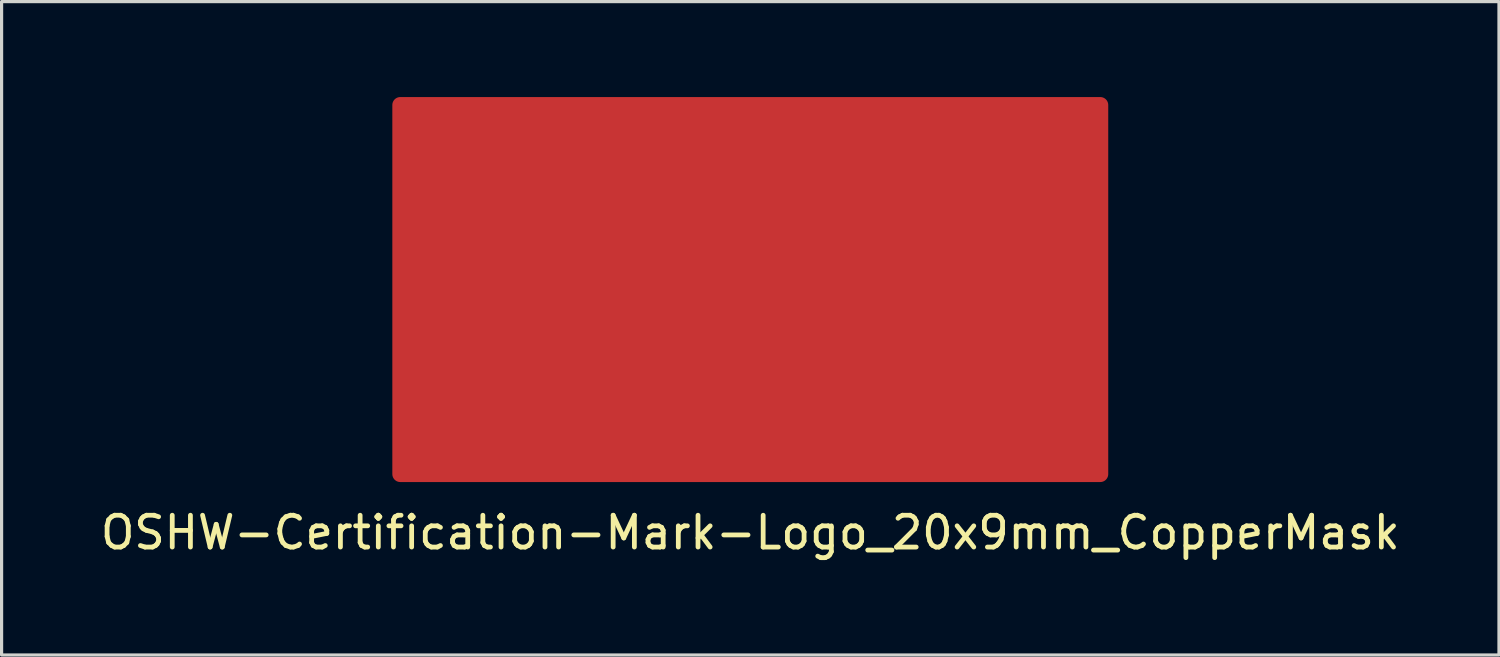
<source format=kicad_pcb>
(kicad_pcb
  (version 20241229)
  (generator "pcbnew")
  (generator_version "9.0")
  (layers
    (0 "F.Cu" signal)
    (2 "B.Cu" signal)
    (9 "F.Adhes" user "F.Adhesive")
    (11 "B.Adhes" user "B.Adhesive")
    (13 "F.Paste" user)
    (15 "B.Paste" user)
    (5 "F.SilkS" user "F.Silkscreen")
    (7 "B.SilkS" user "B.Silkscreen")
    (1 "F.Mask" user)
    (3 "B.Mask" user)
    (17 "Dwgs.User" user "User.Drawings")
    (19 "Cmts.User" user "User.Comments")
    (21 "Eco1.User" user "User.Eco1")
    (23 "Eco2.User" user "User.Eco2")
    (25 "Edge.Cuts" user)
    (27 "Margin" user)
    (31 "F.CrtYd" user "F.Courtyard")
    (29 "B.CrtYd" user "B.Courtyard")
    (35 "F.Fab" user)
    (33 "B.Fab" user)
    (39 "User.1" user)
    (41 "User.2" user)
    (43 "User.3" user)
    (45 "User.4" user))
  (footprint "OSHW-Certification-Mark-Logo_20x9mm_CopperMask"
    (layer "F.Cu")
    (at 20.53 5.85)
    (property "Reference" "OSHW-Certification-Mark-Logo_20x9mm_CopperMask" (at 0.000154 7.838 0) (unlocked yes) (layer "F.SilkS") (effects (font (size 1 1) (thickness 0.15))))
    (attr board_only exclude_from_pos_files exclude_from_bom allow_missing_courtyard)
    (fp_rect (start -11 -5.6) (end 11 6) (stroke (width 0.5) (type solid)) (fill yes) (layer "F.Cu"))
    (fp_poly (pts (xy -4.637 0.715) (xy -4.637 0.715) (xy -4.637 0.715)) (stroke (width 0) (type solid)) (fill yes) (layer "F.Mask"))
    (fp_poly (pts (xy -1.053 -1.499) (xy -1.053 -1.499) (xy -1.053 -1.499)) (stroke (width 0) (type solid)) (fill yes) (layer "F.Mask"))
    (fp_poly (pts (xy 10 5.228) (xy -10 5.228) (xy -10 -3.997) (xy 6.446 -3.997) (xy 6.446 -3.183) (xy -9.187 -3.183) (xy -9.187 4.415) (xy 9.187 4.415) (xy 9.204 -3.997) (xy 10 -3.997)) (stroke (width 0) (type solid)) (fill yes) (layer "F.Mask"))
    (fp_poly (pts (xy 0.725 0.283) (xy 2.482 0.283) (xy 2.482 -1.661) (xy 3.127 -1.661) (xy 3.127 3.082) (xy 2.482 3.082) (xy 2.482 0.823) (xy 0.725 0.823) (xy 0.725 3.082) (xy 0.08 3.082) (xy 0.08 -1.661) (xy 0.725 -1.661)) (stroke (width 0) (type solid)) (fill yes) (layer "F.Mask"))
    (fp_poly (pts (xy 6.768 3.082) (xy 6.161 3.082) (xy 5.516 0.264) (xy 4.875 3.082) (xy 4.268 3.082) (xy 3.559 -1.661) (xy 4.185 -1.661) (xy 4.639 2.189) (xy 5.18 -0.359) (xy 5.85 -0.359) (xy 6.396 2.195) (xy 7.935 -5.185) (xy 8.561 -5.185)) (stroke (width 0) (type solid)) (fill yes) (layer "F.Mask"))
    (fp_poly (pts (xy -6.127 -1.745) (xy -6.031 -1.738) (xy -5.939 -1.726) (xy -5.85 -1.709) (xy -5.764 -1.688) (xy -5.681 -1.661) (xy -5.601 -1.63) (xy -5.525 -1.595) (xy -5.452 -1.554) (xy -5.382 -1.509) (xy -5.316 -1.459) (xy -5.252 -1.404) (xy -5.192 -1.345) (xy -5.135 -1.28) (xy -5.082 -1.211) (xy -5.031 -1.137) (xy -4.983 -1.059) (xy -4.939 -0.975) (xy -4.897 -0.886) (xy -4.859 -0.793) (xy -4.823 -0.694) (xy -4.791 -0.591) (xy -4.762 -0.483) (xy -4.736 -0.369) (xy -4.713 -0.251) (xy -4.693 -0.128) (xy -4.676 0.000166) (xy -4.662 0.133) (xy -4.651 0.271) (xy -4.643 0.414) (xy -4.639 0.562) (xy -4.637 0.715) (xy -4.639 0.867) (xy -4.643 1.015) (xy -4.651 1.157) (xy -4.662 1.295) (xy -4.676 1.428) (xy -4.693 1.555) (xy -4.713 1.678) (xy -4.736 1.796) (xy -4.762 1.909) (xy -4.791 2.018) (xy -4.823 2.121) (xy -4.859 2.219) (xy -4.897 2.313) (xy -4.939 2.401) (xy -4.983 2.485) (xy -5.031 2.564) (xy -5.056 2.601) (xy -5.082 2.637) (xy -5.108 2.673) (xy -5.135 2.707) (xy -5.163 2.739) (xy -5.192 2.771) (xy -5.222 2.801) (xy -5.252 2.83) (xy -5.284 2.858) (xy -5.316 2.885) (xy -5.349 2.911) (xy -5.382 2.935) (xy -5.417 2.958) (xy -5.452 2.98) (xy -5.488 3.001) (xy -5.525 3.021) (xy -5.563 3.039) (xy -5.601 3.057) (xy -5.641 3.073) (xy -5.681 3.088) (xy -5.722 3.101) (xy -5.764 3.114) (xy -5.806 3.125) (xy -5.85 3.135) (xy -5.894 3.144) (xy -5.939 3.152) (xy -6.031 3.164) (xy -6.127 3.171) (xy -6.226 3.173) (xy -6.324 3.171) (xy -6.42 3.164) (xy -6.512 3.152) (xy -6.602 3.136) (xy -6.688 3.114) (xy -6.77 3.088) (xy -6.85 3.057) (xy -6.926 3.022) (xy -6.999 2.981) (xy -7.069 2.936) (xy -7.136 2.887) (xy -7.199 2.832) (xy -7.259 2.773) (xy -7.316 2.709) (xy -7.37 2.64) (xy -7.42 2.567) (xy -7.467 2.488) (xy -7.512 2.405) (xy -7.553 2.317) (xy -7.591 2.223) (xy -7.626 2.125) (xy -7.658 2.022) (xy -7.687 1.914) (xy -7.713 1.8) (xy -7.736 1.682) (xy -7.756 1.559) (xy -7.773 1.431) (xy -7.786 1.297) (xy -7.797 1.159) (xy -7.805 1.016) (xy -7.809 0.868) (xy -7.811 0.715) (xy -7.14 0.715) (xy -7.137 0.966) (xy -7.127 1.199) (xy -7.111 1.413) (xy -7.087 1.608) (xy -7.073 1.699) (xy -7.057 1.785) (xy -7.04 1.867) (xy -7.021 1.944) (xy -7 2.016) (xy -6.978 2.083) (xy -6.953 2.146) (xy -6.928 2.205) (xy -6.9 2.259) (xy -6.885 2.285) (xy -6.869 2.31) (xy -6.854 2.334) (xy -6.837 2.357) (xy -6.82 2.379) (xy -6.803 2.401) (xy -6.785 2.421) (xy -6.766 2.441) (xy -6.747 2.46) (xy -6.728 2.478) (xy -6.708 2.495) (xy -6.687 2.511) (xy -6.666 2.526) (xy -6.644 2.541) (xy -6.622 2.554) (xy -6.599 2.567) (xy -6.576 2.579) (xy -6.552 2.59) (xy -6.528 2.6) (xy -6.503 2.609) (xy -6.478 2.617) (xy -6.452 2.624) (xy -6.425 2.631) (xy -6.398 2.637) (xy -6.371 2.642) (xy -6.343 2.645) (xy -6.314 2.649) (xy -6.285 2.651) (xy -6.226 2.652) (xy -6.166 2.651) (xy -6.108 2.646) (xy -6.052 2.637) (xy -5.998 2.625) (xy -5.947 2.609) (xy -5.898 2.59) (xy -5.85 2.567) (xy -5.805 2.541) (xy -5.763 2.512) (xy -5.722 2.479) (xy -5.684 2.442) (xy -5.647 2.402) (xy -5.613 2.359) (xy -5.581 2.312) (xy -5.551 2.262) (xy -5.524 2.208) (xy -5.497 2.149) (xy -5.473 2.086) (xy -5.45 2.019) (xy -5.429 1.946) (xy -5.41 1.869) (xy -5.392 1.788) (xy -5.376 1.702) (xy -5.362 1.611) (xy -5.349 1.515) (xy -5.338 1.415) (xy -5.329 1.31) (xy -5.321 1.2) (xy -5.315 1.086) (xy -5.311 0.967) (xy -5.308 0.843) (xy -5.308 0.715) (xy -5.311 0.463) (xy -5.321 0.23) (xy -5.338 0.015) (xy -5.362 -0.181) (xy -5.376 -0.272) (xy -5.392 -0.358) (xy -5.41 -0.44) (xy -5.429 -0.517) (xy -5.45 -0.589) (xy -5.473 -0.657) (xy -5.497 -0.72) (xy -5.524 -0.778) (xy -5.551 -0.833) (xy -5.566 -0.858) (xy -5.581 -0.883) (xy -5.597 -0.907) (xy -5.613 -0.931) (xy -5.63 -0.953) (xy -5.647 -0.974) (xy -5.665 -0.995) (xy -5.684 -1.015) (xy -5.703 -1.033) (xy -5.722 -1.051) (xy -5.742 -1.068) (xy -5.763 -1.085) (xy -5.784 -1.1) (xy -5.805 -1.114) (xy -5.828 -1.128) (xy -5.85 -1.141) (xy -5.874 -1.152) (xy -5.898 -1.163) (xy -5.922 -1.173) (xy -5.947 -1.183) (xy -5.972 -1.191) (xy -5.998 -1.198) (xy -6.025 -1.205) (xy -6.052 -1.211) (xy -6.079 -1.215) (xy -6.108 -1.219) (xy -6.136 -1.222) (xy -6.166 -1.224) (xy -6.226 -1.226) (xy -6.285 -1.224) (xy -6.343 -1.219) (xy -6.398 -1.211) (xy -6.452 -1.198) (xy -6.503 -1.183) (xy -6.552 -1.163) (xy -6.599 -1.141) (xy -6.644 -1.114) (xy -6.687 -1.085) (xy -6.728 -1.051) (xy -6.766 -1.015) (xy -6.803 -0.974) (xy -6.837 -0.931) (xy -6.869 -0.883) (xy -6.9 -0.833) (xy -6.928 -0.778) (xy -6.953 -0.72) (xy -6.978 -0.657) (xy -7 -0.589) (xy -7.021 -0.517) (xy -7.04 -0.44) (xy -7.057 -0.358) (xy -7.073 -0.272) (xy -7.087 -0.181) (xy -7.1 -0.085) (xy -7.111 0.015) (xy -7.12 0.12) (xy -7.127 0.229) (xy -7.133 0.344) (xy -7.137 0.463) (xy -7.14 0.586) (xy -7.14 0.715) (xy -7.811 0.715) (xy -7.811 0.715) (xy -7.809 0.562) (xy -7.805 0.414) (xy -7.797 0.271) (xy -7.786 0.133) (xy -7.773 0.000166) (xy -7.756 -0.128) (xy -7.736 -0.251) (xy -7.713 -0.369) (xy -7.687 -0.483) (xy -7.658 -0.591) (xy -7.626 -0.694) (xy -7.591 -0.793) (xy -7.553 -0.886) (xy -7.512 -0.975) (xy -7.467 -1.059) (xy -7.42 -1.137) (xy -7.395 -1.175) (xy -7.369 -1.211) (xy -7.343 -1.246) (xy -7.315 -1.28) (xy -7.287 -1.313) (xy -7.258 -1.345) (xy -7.228 -1.375) (xy -7.198 -1.404) (xy -7.166 -1.432) (xy -7.134 -1.459) (xy -7.101 -1.485) (xy -7.067 -1.509) (xy -7.033 -1.532) (xy -6.998 -1.554) (xy -6.961 -1.575) (xy -6.924 -1.595) (xy -6.887 -1.613) (xy -6.848 -1.63) (xy -6.809 -1.647) (xy -6.769 -1.661) (xy -6.728 -1.675) (xy -6.686 -1.688) (xy -6.644 -1.699) (xy -6.6 -1.709) (xy -6.512 -1.726) (xy -6.419 -1.738) (xy -6.324 -1.745) (xy -6.226 -1.747)) (stroke (width 0) (type solid)) (fill yes) (layer "F.Mask"))
    (fp_poly (pts (xy -2.195 -1.745) (xy -2.125 -1.742) (xy -2.054 -1.737) (xy -1.983 -1.73) (xy -1.911 -1.722) (xy -1.837 -1.711) (xy -1.763 -1.698) (xy -1.688 -1.683) (xy -1.612 -1.667) (xy -1.535 -1.649) (xy -1.458 -1.629) (xy -1.379 -1.607) (xy -1.299 -1.583) (xy -1.218 -1.557) (xy -1.136 -1.529) (xy -1.053 -1.499) (xy -1.053 -0.847) (xy -1.126 -0.893) (xy -1.199 -0.935) (xy -1.273 -0.975) (xy -1.346 -1.012) (xy -1.42 -1.046) (xy -1.493 -1.077) (xy -1.567 -1.105) (xy -1.641 -1.13) (xy -1.714 -1.152) (xy -1.787 -1.172) (xy -1.861 -1.188) (xy -1.934 -1.202) (xy -2.008 -1.212) (xy -2.083 -1.219) (xy -2.157 -1.224) (xy -2.232 -1.225) (xy -2.288 -1.225) (xy -2.342 -1.222) (xy -2.395 -1.218) (xy -2.447 -1.212) (xy -2.497 -1.205) (xy -2.545 -1.195) (xy -2.593 -1.185) (xy -2.638 -1.172) (xy -2.682 -1.158) (xy -2.725 -1.142) (xy -2.766 -1.125) (xy -2.806 -1.106) (xy -2.844 -1.085) (xy -2.881 -1.062) (xy -2.916 -1.038) (xy -2.949 -1.013) (xy -2.981 -0.986) (xy -3.011 -0.958) (xy -3.039 -0.929) (xy -3.065 -0.898) (xy -3.088 -0.867) (xy -3.11 -0.834) (xy -3.13 -0.801) (xy -3.147 -0.766) (xy -3.163 -0.729) (xy -3.176 -0.692) (xy -3.187 -0.654) (xy -3.197 -0.614) (xy -3.204 -0.573) (xy -3.209 -0.531) (xy -3.212 -0.488) (xy -3.213 -0.444) (xy -3.212 -0.405) (xy -3.21 -0.368) (xy -3.207 -0.331) (xy -3.202 -0.296) (xy -3.196 -0.262) (xy -3.189 -0.229) (xy -3.18 -0.197) (xy -3.17 -0.167) (xy -3.159 -0.137) (xy -3.146 -0.109) (xy -3.132 -0.082) (xy -3.117 -0.056) (xy -3.1 -0.031) (xy -3.082 -0.008) (xy -3.062 0.015) (xy -3.042 0.036) (xy -3.019 0.056) (xy -2.993 0.076) (xy -2.966 0.096) (xy -2.936 0.115) (xy -2.903 0.134) (xy -2.869 0.152) (xy -2.832 0.17) (xy -2.792 0.187) (xy -2.751 0.205) (xy -2.707 0.221) (xy -2.66 0.237) (xy -2.612 0.253) (xy -2.561 0.269) (xy -2.507 0.283) (xy -2.452 0.298) (xy -2.394 0.312) (xy -2.057 0.388) (xy -1.975 0.409) (xy -1.896 0.43) (xy -1.819 0.453) (xy -1.746 0.477) (xy -1.675 0.503) (xy -1.607 0.53) (xy -1.542 0.559) (xy -1.48 0.589) (xy -1.421 0.62) (xy -1.364 0.652) (xy -1.311 0.686) (xy -1.26 0.722) (xy -1.212 0.759) (xy -1.167 0.797) (xy -1.124 0.837) (xy -1.085 0.878) (xy -1.048 0.92) (xy -1.013 0.965) (xy -0.981 1.011) (xy -0.951 1.059) (xy -0.924 1.11) (xy -0.899 1.162) (xy -0.876 1.216) (xy -0.856 1.271) (xy -0.838 1.329) (xy -0.823 1.389) (xy -0.81 1.45) (xy -0.799 1.514) (xy -0.791 1.579) (xy -0.785 1.646) (xy -0.781 1.715) (xy -0.78 1.786) (xy -0.781 1.869) (xy -0.786 1.95) (xy -0.795 2.029) (xy -0.806 2.104) (xy -0.821 2.178) (xy -0.839 2.248) (xy -0.86 2.317) (xy -0.885 2.383) (xy -0.912 2.446) (xy -0.944 2.507) (xy -0.978 2.565) (xy -1.016 2.621) (xy -1.057 2.674) (xy -1.101 2.725) (xy -1.148 2.773) (xy -1.199 2.819) (xy -1.253 2.862) (xy -1.31 2.902) (xy -1.37 2.939) (xy -1.433 2.974) (xy -1.498 3.006) (xy -1.567 3.035) (xy -1.639 3.062) (xy -1.714 3.085) (xy -1.791 3.106) (xy -1.872 3.124) (xy -1.956 3.14) (xy -2.043 3.152) (xy -2.132 3.162) (xy -2.225 3.169) (xy -2.32 3.173) (xy -2.419 3.174) (xy -2.502 3.173) (xy -2.586 3.17) (xy -2.67 3.164) (xy -2.753 3.156) (xy -2.837 3.146) (xy -2.921 3.133) (xy -3.005 3.118) (xy -3.089 3.101) (xy -3.173 3.083) (xy -3.258 3.062) (xy -3.342 3.039) (xy -3.427 3.013) (xy -3.511 2.985) (xy -3.596 2.955) (xy -3.681 2.923) (xy -3.766 2.888) (xy -3.766 2.205) (xy -3.675 2.261) (xy -3.586 2.314) (xy -3.498 2.362) (xy -3.411 2.406) (xy -3.325 2.447) (xy -3.241 2.484) (xy -3.158 2.516) (xy -3.077 2.545) (xy -2.995 2.571) (xy -2.913 2.593) (xy -2.831 2.611) (xy -2.749 2.626) (xy -2.666 2.638) (xy -2.584 2.647) (xy -2.502 2.652) (xy -2.419 2.653) (xy -2.359 2.652) (xy -2.301 2.65) (xy -2.244 2.646) (xy -2.189 2.64) (xy -2.136 2.632) (xy -2.085 2.623) (xy -2.035 2.612) (xy -1.987 2.599) (xy -1.941 2.585) (xy -1.896 2.569) (xy -1.853 2.551) (xy -1.811 2.532) (xy -1.772 2.511) (xy -1.734 2.488) (xy -1.697 2.463) (xy -1.663 2.437) (xy -1.63 2.409) (xy -1.6 2.38) (xy -1.571 2.349) (xy -1.545 2.317) (xy -1.521 2.284) (xy -1.498 2.249) (xy -1.478 2.213) (xy -1.46 2.175) (xy -1.445 2.136) (xy -1.431 2.096) (xy -1.419 2.055) (xy -1.41 2.012) (xy -1.402 1.968) (xy -1.397 1.922) (xy -1.394 1.876) (xy -1.393 1.827) (xy -1.394 1.784) (xy -1.396 1.741) (xy -1.399 1.7) (xy -1.405 1.66) (xy -1.411 1.621) (xy -1.419 1.584) (xy -1.429 1.548) (xy -1.44 1.514) (xy -1.452 1.48) (xy -1.466 1.448) (xy -1.481 1.418) (xy -1.498 1.388) (xy -1.517 1.36) (xy -1.536 1.334) (xy -1.558 1.308) (xy -1.58 1.284) (xy -1.604 1.261) (xy -1.631 1.239) (xy -1.659 1.217) (xy -1.69 1.196) (xy -1.722 1.175) (xy -1.757 1.156) (xy -1.794 1.137) (xy -1.834 1.118) (xy -1.875 1.1) (xy -1.919 1.083) (xy -1.964 1.067) (xy -2.012 1.051) (xy -2.062 1.036) (xy -2.114 1.022) (xy -2.169 1.008) (xy -2.225 0.995) (xy -2.568 0.916) (xy -2.649 0.896) (xy -2.728 0.876) (xy -2.803 0.854) (xy -2.876 0.832) (xy -2.946 0.807) (xy -3.013 0.782) (xy -3.077 0.756) (xy -3.138 0.728) (xy -3.197 0.699) (xy -3.253 0.669) (xy -3.306 0.638) (xy -3.356 0.606) (xy -3.403 0.572) (xy -3.447 0.538) (xy -3.489 0.502) (xy -3.528 0.465) (xy -3.564 0.426) (xy -3.598 0.386) (xy -3.629 0.344) (xy -3.658 0.301) (xy -3.685 0.256) (xy -3.71 0.209) (xy -3.732 0.161) (xy -3.752 0.111) (xy -3.769 0.06) (xy -3.784 0.007) (xy -3.797 -0.048) (xy -3.808 -0.104) (xy -3.816 -0.162) (xy -3.822 -0.222) (xy -3.825 -0.283) (xy -3.826 -0.345) (xy -3.825 -0.424) (xy -3.82 -0.5) (xy -3.811 -0.575) (xy -3.8 -0.647) (xy -3.785 -0.718) (xy -3.766 -0.786) (xy -3.745 -0.853) (xy -3.72 -0.917) (xy -3.692 -0.98) (xy -3.66 -1.04) (xy -3.625 -1.099) (xy -3.587 -1.156) (xy -3.545 -1.21) (xy -3.5 -1.263) (xy -3.452 -1.313) (xy -3.401 -1.362) (xy -3.346 -1.409) (xy -3.289 -1.452) (xy -3.23 -1.493) (xy -3.169 -1.53) (xy -3.105 -1.565) (xy -3.04 -1.596) (xy -2.972 -1.625) (xy -2.902 -1.65) (xy -2.83 -1.673) (xy -2.755 -1.692) (xy -2.679 -1.709) (xy -2.6 -1.722) (xy -2.519 -1.733) (xy -2.436 -1.74) (xy -2.351 -1.745) (xy -2.263 -1.746)) (stroke (width 0) (type solid)) (fill yes) (layer "F.Mask")))
  (gr_rect
    (start -3 -3)
    (end 44.06 17.536)
    (stroke (width 0.1) (type default))
    (fill no)
    (layer "Edge.Cuts")))
</source>
